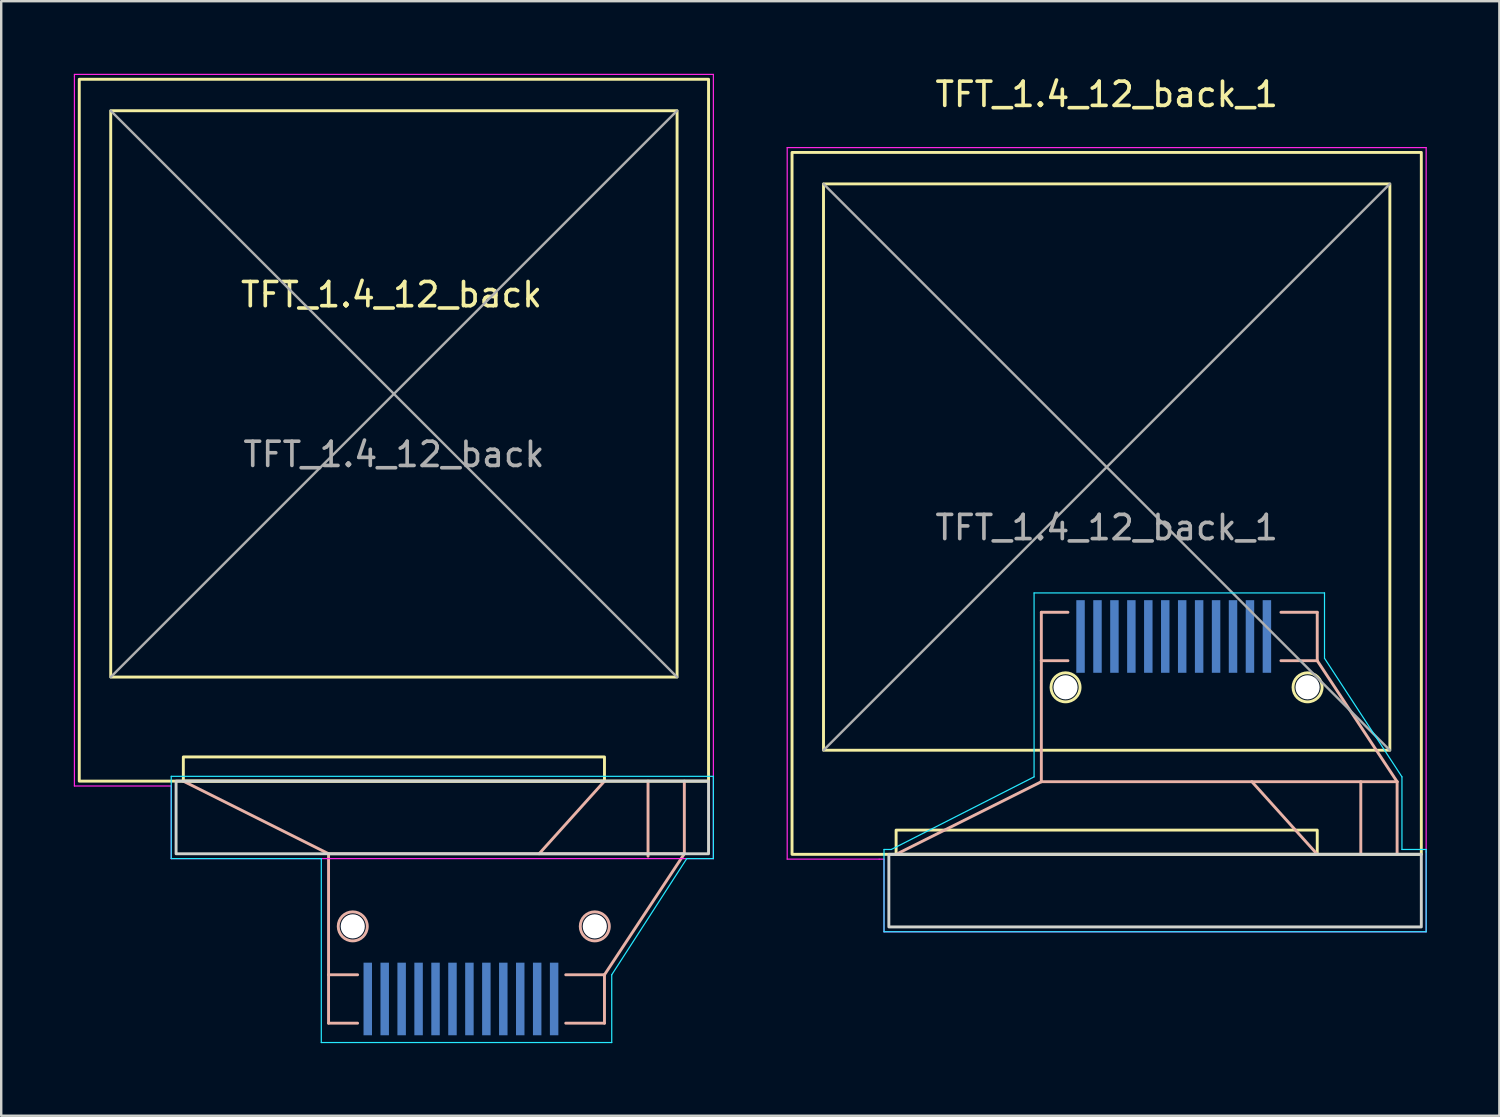
<source format=kicad_pcb>
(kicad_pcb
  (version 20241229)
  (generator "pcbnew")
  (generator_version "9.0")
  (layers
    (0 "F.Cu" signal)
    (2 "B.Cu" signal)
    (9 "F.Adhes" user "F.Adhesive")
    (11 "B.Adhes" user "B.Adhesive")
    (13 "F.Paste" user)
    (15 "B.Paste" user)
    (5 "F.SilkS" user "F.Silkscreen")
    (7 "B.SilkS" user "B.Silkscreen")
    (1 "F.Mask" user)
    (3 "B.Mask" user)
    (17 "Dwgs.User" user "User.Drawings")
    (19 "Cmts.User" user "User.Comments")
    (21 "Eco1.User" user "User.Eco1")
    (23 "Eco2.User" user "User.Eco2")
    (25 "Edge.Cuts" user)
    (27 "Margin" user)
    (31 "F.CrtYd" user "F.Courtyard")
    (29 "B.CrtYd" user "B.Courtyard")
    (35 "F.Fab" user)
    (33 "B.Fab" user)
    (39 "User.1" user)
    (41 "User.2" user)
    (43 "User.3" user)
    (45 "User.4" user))
  (footprint "TFT_1.4_12_back"
    (layer "F.Cu")
    (at 13.125 13.325)
    (property "Reference" "TFT_1.4_12_back" (at 0 -4.2 0) (unlocked yes) (layer "F.SilkS") (effects (font (size 1 1) (thickness 0.15))))
    (attr smd)
    (fp_rect (start -12.9 -13.1) (end 13.1 15.9) (stroke (width 0.12) (type solid)) (fill no) (layer "F.SilkS"))
    (fp_rect (start -11.6 11.6) (end 11.8 -11.8) (stroke (width 0.12) (type solid)) (fill no) (layer "F.SilkS"))
    (fp_rect (start -8.6 15.9) (end 8.8 14.9) (stroke (width 0.12) (type solid)) (fill no) (layer "F.SilkS"))
    (fp_line (start -8.6 15.9) (end -2.6 18.9) (stroke (width 0.12) (type solid)) (layer "B.SilkS"))
    (fp_line (start -2.6 18.9) (end 12.1 18.9) (stroke (width 0.12) (type solid)) (layer "B.SilkS"))
    (fp_line (start -2.6 23.9) (end -2.6 18.9) (stroke (width 0.12) (type solid)) (layer "B.SilkS"))
    (fp_line (start -2.6 23.9) (end -1.4 23.9) (stroke (width 0.12) (type solid)) (layer "B.SilkS"))
    (fp_line (start -2.6 25.9) (end -2.6 23.9) (stroke (width 0.12) (type solid)) (layer "B.SilkS"))
    (fp_line (start -2.6 25.9) (end -1.4 25.9) (stroke (width 0.12) (type solid)) (layer "B.SilkS"))
    (fp_line (start 7.2 23.9) (end 8.8 23.9) (stroke (width 0.12) (type solid)) (layer "B.SilkS"))
    (fp_line (start 8.8 15.9) (end 6.1 18.9) (stroke (width 0.12) (type solid)) (layer "B.SilkS"))
    (fp_line (start 8.8 23.9) (end 8.8 25.9) (stroke (width 0.12) (type solid)) (layer "B.SilkS"))
    (fp_line (start 8.8 25.9) (end 7.2 25.9) (stroke (width 0.12) (type solid)) (layer "B.SilkS"))
    (fp_line (start 10.6 15.9) (end 10.6 19) (stroke (width 0.12) (type solid)) (layer "B.SilkS"))
    (fp_line (start 12.1 18.9) (end 8.8 23.9) (stroke (width 0.12) (type solid)) (layer "B.SilkS"))
    (fp_line (start 12.1 18.9) (end 12.1 15.9) (stroke (width 0.12) (type solid)) (layer "B.SilkS"))
    (fp_circle (center -1.6 21.9) (end -1 21.9) (stroke (width 0.12) (type solid)) (fill no) (layer "B.SilkS"))
    (fp_circle (center 8.4 21.9) (end 9 21.9) (stroke (width 0.12) (type solid)) (fill no) (layer "B.SilkS"))
    (fp_rect (start -8.9 15.9) (end 13.1 18.9) (stroke (width 0.12) (type solid)) (fill no) (layer "Edge.Cuts"))
    (fp_line (start -9.1 15.7) (end 13.3 15.7) (stroke (width 0.05) (type solid)) (layer "B.CrtYd"))
    (fp_line (start -9.1 19.1) (end -9.1 15.7) (stroke (width 0.05) (type solid)) (layer "B.CrtYd"))
    (fp_line (start -2.9 19.1) (end -9.1 19.1) (stroke (width 0.05) (type solid)) (layer "B.CrtYd"))
    (fp_line (start -2.9 26.7) (end -2.9 19.1) (stroke (width 0.05) (type solid)) (layer "B.CrtYd"))
    (fp_line (start 9.1 23.9) (end 9.1 26.7) (stroke (width 0.05) (type solid)) (layer "B.CrtYd"))
    (fp_line (start 9.1 26.7) (end -2.9 26.7) (stroke (width 0.05) (type solid)) (layer "B.CrtYd"))
    (fp_line (start 12.2 19.1) (end 9.1 23.9) (stroke (width 0.05) (type solid)) (layer "B.CrtYd"))
    (fp_line (start 13.3 15.7) (end 13.3 19.1) (stroke (width 0.05) (type solid)) (layer "B.CrtYd"))
    (fp_line (start 13.3 19.1) (end 12.2 19.1) (stroke (width 0.05) (type solid)) (layer "B.CrtYd"))
    (fp_line (start -13.1 -13.3) (end -13.1 -13.2) (stroke (width 0.05) (type solid)) (layer "F.CrtYd"))
    (fp_line (start -13.1 -13.2) (end -13.1 16.1) (stroke (width 0.05) (type solid)) (layer "F.CrtYd"))
    (fp_line (start -13.1 16.1) (end -9.1 16.1) (stroke (width 0.05) (type solid)) (layer "F.CrtYd"))
    (fp_line (start -9.1 16.1) (end -9.1 19.1) (stroke (width 0.05) (type solid)) (layer "F.CrtYd"))
    (fp_line (start -9.1 19.1) (end 13.3 19.1) (stroke (width 0.05) (type solid)) (layer "F.CrtYd"))
    (fp_line (start 13.3 -13.3) (end -13.1 -13.3) (stroke (width 0.05) (type solid)) (layer "F.CrtYd"))
    (fp_line (start 13.3 19.1) (end 13.3 -13.3) (stroke (width 0.05) (type solid)) (layer "F.CrtYd"))
    (fp_line (start -11.6 -11.8) (end 11.8 11.6) (stroke (width 0.1) (type solid)) (layer "F.Fab"))
    (fp_line (start -11.6 11.6) (end 11.8 -11.8) (stroke (width 0.1) (type solid)) (layer "F.Fab"))
    (fp_text user "${REFERENCE}" (at 0.1 2.4 0) (unlocked yes) (layer "F.Fab") (effects (font (size 1 1) (thickness 0.15))))
    (pad "" np_thru_hole circle (at -1.6 21.9) (size 1 1) (drill 1) (layers "*.Cu" "*.Mask"))
    (pad "" np_thru_hole circle (at 8.4 21.9) (size 1 1) (drill 1) (layers "*.Cu" "*.Mask"))
    (pad "1" smd rect (at 6.72 24.9 180) (size 0.35 3) (layers "B.Cu" "B.Mask" "B.Paste"))
    (pad "2" smd rect (at 6.02 24.9 180) (size 0.35 3) (layers "B.Cu" "B.Mask" "B.Paste"))
    (pad "3" smd rect (at 5.32 24.9 180) (size 0.35 3) (layers "B.Cu" "B.Mask" "B.Paste"))
    (pad "4" smd rect (at 4.62 24.9 180) (size 0.35 3) (layers "B.Cu" "B.Mask" "B.Paste"))
    (pad "5" smd rect (at 3.92 24.9 180) (size 0.35 3) (layers "B.Cu" "B.Mask" "B.Paste"))
    (pad "6" smd rect (at 3.22 24.9 180) (size 0.35 3) (layers "B.Cu" "B.Mask" "B.Paste"))
    (pad "7" smd rect (at 2.52 24.9 180) (size 0.35 3) (layers "B.Cu" "B.Mask" "B.Paste"))
    (pad "8" smd rect (at 1.82 24.9 180) (size 0.35 3) (layers "B.Cu" "B.Mask" "B.Paste"))
    (pad "9" smd rect (at 1.12 24.9 180) (size 0.35 3) (layers "B.Cu" "B.Mask" "B.Paste"))
    (pad "10" smd rect (at 0.42 24.9 180) (size 0.35 3) (layers "B.Cu" "B.Mask" "B.Paste"))
    (pad "11" smd rect (at -0.28 24.9 180) (size 0.35 3) (layers "B.Cu" "B.Mask" "B.Paste"))
    (pad "12" smd rect (at -0.98 24.9 180) (size 0.35 3) (layers "B.Cu" "B.Mask" "B.Paste")))
  (footprint "TFT_1.4_12_back_1"
    (layer "F.Cu")
    (at 42.675 16.248)
    (property "Reference" "TFT_1.4_12_back_1" (at 0 -15.4 0) (unlocked yes) (layer "F.SilkS") (effects (font (size 1 1) (thickness 0.15))))
    (attr smd)
    (fp_rect (start -13 -13) (end 13 16) (stroke (width 0.12) (type solid)) (fill no) (layer "F.SilkS"))
    (fp_rect (start -11.7 11.7) (end 11.7 -11.7) (stroke (width 0.12) (type solid)) (fill no) (layer "F.SilkS"))
    (fp_rect (start -8.7 16) (end 8.7 15) (stroke (width 0.12) (type solid)) (fill no) (layer "F.SilkS"))
    (fp_circle (center -1.7 9.1) (end -1.1 9.1) (stroke (width 0.12) (type solid)) (fill no) (layer "F.SilkS"))
    (fp_circle (center 8.3 9.1) (end 8.9 9.1) (stroke (width 0.12) (type solid)) (fill no) (layer "F.SilkS"))
    (fp_line (start -8.7 16) (end -2.7 13) (stroke (width 0.12) (type solid)) (layer "B.SilkS"))
    (fp_line (start -2.7 6) (end -2.7 8) (stroke (width 0.12) (type solid)) (layer "B.SilkS"))
    (fp_line (start -2.7 6) (end -1.6 6) (stroke (width 0.12) (type solid)) (layer "B.SilkS"))
    (fp_line (start -2.7 8) (end -2.7 13) (stroke (width 0.12) (type solid)) (layer "B.SilkS"))
    (fp_line (start -2.7 8) (end -1.6 8) (stroke (width 0.12) (type solid)) (layer "B.SilkS"))
    (fp_line (start -2.7 13) (end 12 13) (stroke (width 0.12) (type solid)) (layer "B.SilkS"))
    (fp_line (start 7.2 6) (end 8.7 6) (stroke (width 0.12) (type solid)) (layer "B.SilkS"))
    (fp_line (start 8.7 6) (end 8.7 8) (stroke (width 0.12) (type solid)) (layer "B.SilkS"))
    (fp_line (start 8.7 8) (end 7.2 8) (stroke (width 0.12) (type solid)) (layer "B.SilkS"))
    (fp_line (start 8.7 16) (end 6 13) (stroke (width 0.12) (type solid)) (layer "B.SilkS"))
    (fp_line (start 10.5 16) (end 10.5 13) (stroke (width 0.12) (type solid)) (layer "B.SilkS"))
    (fp_line (start 12 13) (end 8.7 8) (stroke (width 0.12) (type solid)) (layer "B.SilkS"))
    (fp_line (start 12 13) (end 12 16) (stroke (width 0.12) (type solid)) (layer "B.SilkS"))
    (fp_rect (start -9 16) (end 13 19) (stroke (width 0.12) (type solid)) (fill no) (layer "Edge.Cuts"))
    (fp_line (start -9.2 15.8) (end -9.2 19.2) (stroke (width 0.05) (type solid)) (layer "B.CrtYd"))
    (fp_line (start -9.2 19.2) (end 13.2 19.2) (stroke (width 0.05) (type solid)) (layer "B.CrtYd"))
    (fp_line (start -8.9 15.8) (end -9.2 15.8) (stroke (width 0.05) (type solid)) (layer "B.CrtYd"))
    (fp_line (start -3 5.2) (end -3 12.8) (stroke (width 0.05) (type solid)) (layer "B.CrtYd"))
    (fp_line (start -3 12.8) (end -8.9 15.8) (stroke (width 0.05) (type solid)) (layer "B.CrtYd"))
    (fp_line (start 9 5.2) (end -3 5.2) (stroke (width 0.05) (type solid)) (layer "B.CrtYd"))
    (fp_line (start 9 7.9) (end 9 5.2) (stroke (width 0.05) (type solid)) (layer "B.CrtYd"))
    (fp_line (start 12.2 12.8) (end 9 7.9) (stroke (width 0.05) (type solid)) (layer "B.CrtYd"))
    (fp_line (start 12.2 15.8) (end 12.2 12.8) (stroke (width 0.05) (type solid)) (layer "B.CrtYd"))
    (fp_line (start 13.2 15.8) (end 12.2 15.8) (stroke (width 0.05) (type solid)) (layer "B.CrtYd"))
    (fp_line (start 13.2 15.9) (end 13.2 15.8) (stroke (width 0.05) (type solid)) (layer "B.CrtYd"))
    (fp_line (start 13.2 19.2) (end 13.2 15.9) (stroke (width 0.05) (type solid)) (layer "B.CrtYd"))
    (fp_line (start -13.2 -13.2) (end -13.2 16.2) (stroke (width 0.05) (type solid)) (layer "F.CrtYd"))
    (fp_line (start -13.2 16.2) (end -9.4 16.2) (stroke (width 0.05) (type solid)) (layer "F.CrtYd"))
    (fp_line (start -9.4 16.2) (end -9.2 16.2) (stroke (width 0.05) (type solid)) (layer "F.CrtYd"))
    (fp_line (start -9.2 16.2) (end -9.2 19.2) (stroke (width 0.05) (type solid)) (layer "F.CrtYd"))
    (fp_line (start -9.2 19.2) (end 13.2 19.2) (stroke (width 0.05) (type solid)) (layer "F.CrtYd"))
    (fp_line (start 13.2 -13.2) (end -13.2 -13.2) (stroke (width 0.05) (type solid)) (layer "F.CrtYd"))
    (fp_line (start 13.2 19.2) (end 13.2 -13.2) (stroke (width 0.05) (type solid)) (layer "F.CrtYd"))
    (fp_line (start -11.7 -11.7) (end 11.7 11.7) (stroke (width 0.1) (type solid)) (layer "F.Fab"))
    (fp_line (start -11.7 11.7) (end 11.7 -11.7) (stroke (width 0.1) (type solid)) (layer "F.Fab"))
    (fp_text user "${REFERENCE}" (at 0 2.5 0) (unlocked yes) (layer "F.Fab") (effects (font (size 1 1) (thickness 0.15))))
    (pad "" np_thru_hole circle (at -1.7 9.1 180) (size 1 1) (drill 1) (layers "*.Cu" "*.Mask"))
    (pad "" np_thru_hole circle (at 8.3 9.1 180) (size 1 1) (drill 1) (layers "*.Cu" "*.Mask"))
    (pad "1" smd rect (at 6.62 7) (size 0.35 3) (layers "B.Cu" "B.Mask" "B.Paste"))
    (pad "2" smd rect (at 5.92 7) (size 0.35 3) (layers "B.Cu" "B.Mask" "B.Paste"))
    (pad "3" smd rect (at 5.22 7) (size 0.35 3) (layers "B.Cu" "B.Mask" "B.Paste"))
    (pad "4" smd rect (at 4.52 7) (size 0.35 3) (layers "B.Cu" "B.Mask" "B.Paste"))
    (pad "5" smd rect (at 3.82 7) (size 0.35 3) (layers "B.Cu" "B.Mask" "B.Paste"))
    (pad "6" smd rect (at 3.12 7) (size 0.35 3) (layers "B.Cu" "B.Mask" "B.Paste"))
    (pad "7" smd rect (at 2.42 7) (size 0.35 3) (layers "B.Cu" "B.Mask" "B.Paste"))
    (pad "8" smd rect (at 1.72 7) (size 0.35 3) (layers "B.Cu" "B.Mask" "B.Paste"))
    (pad "9" smd rect (at 1.02 7) (size 0.35 3) (layers "B.Cu" "B.Mask" "B.Paste"))
    (pad "10" smd rect (at 0.32 7) (size 0.35 3) (layers "B.Cu" "B.Mask" "B.Paste"))
    (pad "11" smd rect (at -0.38 7) (size 0.35 3) (layers "B.Cu" "B.Mask" "B.Paste"))
    (pad "12" smd rect (at -1.08 7) (size 0.35 3) (layers "B.Cu" "B.Mask" "B.Paste")))
  (gr_rect
    (start -3 -3)
    (end 58.9 43.05)
    (stroke (width 0.1) (type default))
    (fill no)
    (layer "Edge.Cuts")))
</source>
